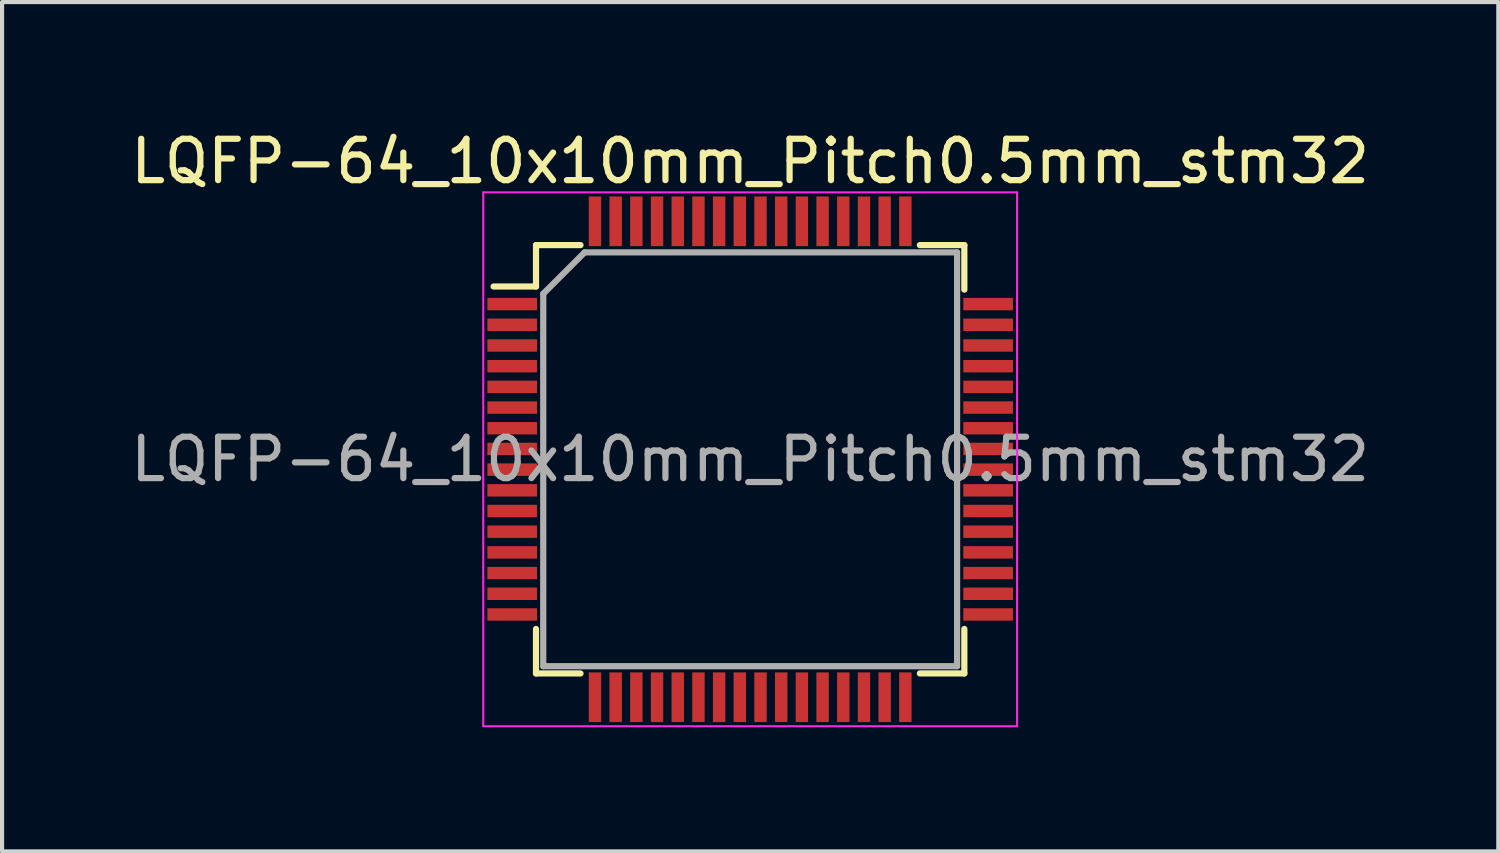
<source format=kicad_pcb>
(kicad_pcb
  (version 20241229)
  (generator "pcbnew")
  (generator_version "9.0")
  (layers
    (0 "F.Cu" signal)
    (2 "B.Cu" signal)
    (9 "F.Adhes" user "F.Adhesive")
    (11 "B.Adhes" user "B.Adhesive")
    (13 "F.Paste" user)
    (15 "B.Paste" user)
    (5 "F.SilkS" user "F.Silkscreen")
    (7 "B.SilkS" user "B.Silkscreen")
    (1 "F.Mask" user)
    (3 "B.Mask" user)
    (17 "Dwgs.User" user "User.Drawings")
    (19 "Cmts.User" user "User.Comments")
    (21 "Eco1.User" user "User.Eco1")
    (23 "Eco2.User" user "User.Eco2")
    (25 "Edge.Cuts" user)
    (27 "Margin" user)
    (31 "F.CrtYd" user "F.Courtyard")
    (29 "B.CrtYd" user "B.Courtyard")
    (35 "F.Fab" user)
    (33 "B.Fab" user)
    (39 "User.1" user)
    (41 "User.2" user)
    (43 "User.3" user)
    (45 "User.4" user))
  (footprint "LQFP-64_10x10mm_Pitch0.5mm_stm32"
    (layer "F.Cu")
    (at 15.077 8.048)
    (property "Reference" "LQFP-64_10x10mm_Pitch0.5mm_stm32" (at 0 -7.2 0) (layer "F.SilkS") (effects (font (size 1 1) (thickness 0.15))))
    (attr smd)
    (fp_line (start -5.175 -5.175) (end -5.175 -4.175) (stroke (width 0.15) (type solid)) (layer "F.SilkS"))
    (fp_line (start -5.175 -5.175) (end -4.1 -5.175) (stroke (width 0.15) (type solid)) (layer "F.SilkS"))
    (fp_line (start -5.175 -4.175) (end -6.2 -4.175) (stroke (width 0.15) (type solid)) (layer "F.SilkS"))
    (fp_line (start -5.175 5.175) (end -5.175 4.1) (stroke (width 0.15) (type solid)) (layer "F.SilkS"))
    (fp_line (start -5.175 5.175) (end -4.1 5.175) (stroke (width 0.15) (type solid)) (layer "F.SilkS"))
    (fp_line (start 5.175 -5.175) (end 4.1 -5.175) (stroke (width 0.15) (type solid)) (layer "F.SilkS"))
    (fp_line (start 5.175 -5.175) (end 5.175 -4.1) (stroke (width 0.15) (type solid)) (layer "F.SilkS"))
    (fp_line (start 5.175 5.175) (end 4.1 5.175) (stroke (width 0.15) (type solid)) (layer "F.SilkS"))
    (fp_line (start 5.175 5.175) (end 5.175 4.1) (stroke (width 0.15) (type solid)) (layer "F.SilkS"))
    (fp_line (start -6.45 -6.45) (end -6.45 6.45) (stroke (width 0.05) (type solid)) (layer "F.CrtYd"))
    (fp_line (start -6.45 -6.45) (end 6.45 -6.45) (stroke (width 0.05) (type solid)) (layer "F.CrtYd"))
    (fp_line (start -6.45 6.45) (end 6.45 6.45) (stroke (width 0.05) (type solid)) (layer "F.CrtYd"))
    (fp_line (start 6.45 -6.45) (end 6.45 6.45) (stroke (width 0.05) (type solid)) (layer "F.CrtYd"))
    (fp_line (start -5 -4) (end -4 -5) (stroke (width 0.15) (type solid)) (layer "F.Fab"))
    (fp_line (start -5 5) (end -5 -4) (stroke (width 0.15) (type solid)) (layer "F.Fab"))
    (fp_line (start -4 -5) (end 5 -5) (stroke (width 0.15) (type solid)) (layer "F.Fab"))
    (fp_line (start 5 -5) (end 5 5) (stroke (width 0.15) (type solid)) (layer "F.Fab"))
    (fp_line (start 5 5) (end -5 5) (stroke (width 0.15) (type solid)) (layer "F.Fab"))
    (fp_text user "${REFERENCE}" (at 0 0 0) (layer "F.Fab") (effects (font (size 1 1) (thickness 0.15))))
    (pad "1" smd rect (at -5.75 -3.75) (size 1.2 0.3) (layers "F.Cu" "F.Mask" "F.Paste"))
    (pad "2" smd rect (at -5.75 -3.25) (size 1.2 0.3) (layers "F.Cu" "F.Mask" "F.Paste"))
    (pad "3" smd rect (at -5.75 -2.75) (size 1.2 0.3) (layers "F.Cu" "F.Mask" "F.Paste"))
    (pad "4" smd rect (at -5.75 -2.25) (size 1.2 0.3) (layers "F.Cu" "F.Mask" "F.Paste"))
    (pad "5" smd rect (at -5.75 -1.75) (size 1.2 0.3) (layers "F.Cu" "F.Mask" "F.Paste"))
    (pad "6" smd rect (at -5.75 -1.25) (size 1.2 0.3) (layers "F.Cu" "F.Mask" "F.Paste"))
    (pad "7" smd rect (at -5.75 -0.75) (size 1.2 0.3) (layers "F.Cu" "F.Mask" "F.Paste"))
    (pad "8" smd rect (at -5.75 -0.25) (size 1.2 0.3) (layers "F.Cu" "F.Mask" "F.Paste"))
    (pad "9" smd rect (at -5.75 0.25) (size 1.2 0.3) (layers "F.Cu" "F.Mask" "F.Paste"))
    (pad "10" smd rect (at -5.75 0.75) (size 1.2 0.3) (layers "F.Cu" "F.Mask" "F.Paste"))
    (pad "11" smd rect (at -5.75 1.25) (size 1.2 0.3) (layers "F.Cu" "F.Mask" "F.Paste"))
    (pad "12" smd rect (at -5.75 1.75) (size 1.2 0.3) (layers "F.Cu" "F.Mask" "F.Paste"))
    (pad "13" smd rect (at -5.75 2.25) (size 1.2 0.3) (layers "F.Cu" "F.Mask" "F.Paste"))
    (pad "14" smd rect (at -5.75 2.75) (size 1.2 0.3) (layers "F.Cu" "F.Mask" "F.Paste"))
    (pad "15" smd rect (at -5.75 3.25) (size 1.2 0.3) (layers "F.Cu" "F.Mask" "F.Paste"))
    (pad "16" smd rect (at -5.75 3.75) (size 1.2 0.3) (layers "F.Cu" "F.Mask" "F.Paste"))
    (pad "17" smd rect (at -3.75 5.75 90) (size 1.2 0.3) (layers "F.Cu" "F.Mask" "F.Paste"))
    (pad "18" smd rect (at -3.25 5.75 90) (size 1.2 0.3) (layers "F.Cu" "F.Mask" "F.Paste"))
    (pad "19" smd rect (at -2.75 5.75 90) (size 1.2 0.3) (layers "F.Cu" "F.Mask" "F.Paste"))
    (pad "20" smd rect (at -2.25 5.75 90) (size 1.2 0.3) (layers "F.Cu" "F.Mask" "F.Paste"))
    (pad "21" smd rect (at -1.75 5.75 90) (size 1.2 0.3) (layers "F.Cu" "F.Mask" "F.Paste"))
    (pad "22" smd rect (at -1.25 5.75 90) (size 1.2 0.3) (layers "F.Cu" "F.Mask" "F.Paste"))
    (pad "23" smd rect (at -0.75 5.75 90) (size 1.2 0.3) (layers "F.Cu" "F.Mask" "F.Paste"))
    (pad "24" smd rect (at -0.25 5.75 90) (size 1.2 0.3) (layers "F.Cu" "F.Mask" "F.Paste"))
    (pad "25" smd rect (at 0.25 5.75 90) (size 1.2 0.3) (layers "F.Cu" "F.Mask" "F.Paste"))
    (pad "26" smd rect (at 0.75 5.75 90) (size 1.2 0.3) (layers "F.Cu" "F.Mask" "F.Paste"))
    (pad "27" smd rect (at 1.25 5.75 90) (size 1.2 0.3) (layers "F.Cu" "F.Mask" "F.Paste"))
    (pad "28" smd rect (at 1.75 5.75 90) (size 1.2 0.3) (layers "F.Cu" "F.Mask" "F.Paste"))
    (pad "29" smd rect (at 2.25 5.75 90) (size 1.2 0.3) (layers "F.Cu" "F.Mask" "F.Paste"))
    (pad "30" smd rect (at 2.75 5.75 90) (size 1.2 0.3) (layers "F.Cu" "F.Mask" "F.Paste"))
    (pad "31" smd rect (at 3.25 5.75 90) (size 1.2 0.3) (layers "F.Cu" "F.Mask" "F.Paste"))
    (pad "32" smd rect (at 3.75 5.75 90) (size 1.2 0.3) (layers "F.Cu" "F.Mask" "F.Paste"))
    (pad "33" smd rect (at 5.75 3.75) (size 1.2 0.3) (layers "F.Cu" "F.Mask" "F.Paste"))
    (pad "34" smd rect (at 5.75 3.25) (size 1.2 0.3) (layers "F.Cu" "F.Mask" "F.Paste"))
    (pad "35" smd rect (at 5.75 2.75) (size 1.2 0.3) (layers "F.Cu" "F.Mask" "F.Paste"))
    (pad "36" smd rect (at 5.75 2.25) (size 1.2 0.3) (layers "F.Cu" "F.Mask" "F.Paste"))
    (pad "37" smd rect (at 5.75 1.75) (size 1.2 0.3) (layers "F.Cu" "F.Mask" "F.Paste"))
    (pad "38" smd rect (at 5.75 1.25) (size 1.2 0.3) (layers "F.Cu" "F.Mask" "F.Paste"))
    (pad "39" smd rect (at 5.75 0.75) (size 1.2 0.3) (layers "F.Cu" "F.Mask" "F.Paste"))
    (pad "40" smd rect (at 5.75 0.25) (size 1.2 0.3) (layers "F.Cu" "F.Mask" "F.Paste"))
    (pad "41" smd rect (at 5.75 -0.25) (size 1.2 0.3) (layers "F.Cu" "F.Mask" "F.Paste"))
    (pad "42" smd rect (at 5.75 -0.75) (size 1.2 0.3) (layers "F.Cu" "F.Mask" "F.Paste"))
    (pad "43" smd rect (at 5.75 -1.25) (size 1.2 0.3) (layers "F.Cu" "F.Mask" "F.Paste"))
    (pad "44" smd rect (at 5.75 -1.75) (size 1.2 0.3) (layers "F.Cu" "F.Mask" "F.Paste"))
    (pad "45" smd rect (at 5.75 -2.25) (size 1.2 0.3) (layers "F.Cu" "F.Mask" "F.Paste"))
    (pad "46" smd rect (at 5.75 -2.75) (size 1.2 0.3) (layers "F.Cu" "F.Mask" "F.Paste"))
    (pad "47" smd rect (at 5.75 -3.25) (size 1.2 0.3) (layers "F.Cu" "F.Mask" "F.Paste"))
    (pad "48" smd rect (at 5.75 -3.75) (size 1.2 0.3) (layers "F.Cu" "F.Mask" "F.Paste"))
    (pad "49" smd rect (at 3.75 -5.75 90) (size 1.2 0.3) (layers "F.Cu" "F.Mask" "F.Paste"))
    (pad "50" smd rect (at 3.25 -5.75 90) (size 1.2 0.3) (layers "F.Cu" "F.Mask" "F.Paste"))
    (pad "51" smd rect (at 2.75 -5.75 90) (size 1.2 0.3) (layers "F.Cu" "F.Mask" "F.Paste"))
    (pad "52" smd rect (at 2.25 -5.75 90) (size 1.2 0.3) (layers "F.Cu" "F.Mask" "F.Paste"))
    (pad "53" smd rect (at 1.75 -5.75 90) (size 1.2 0.3) (layers "F.Cu" "F.Mask" "F.Paste"))
    (pad "54" smd rect (at 1.25 -5.75 90) (size 1.2 0.3) (layers "F.Cu" "F.Mask" "F.Paste"))
    (pad "55" smd rect (at 0.75 -5.75 90) (size 1.2 0.3) (layers "F.Cu" "F.Mask" "F.Paste"))
    (pad "56" smd rect (at 0.25 -5.75 90) (size 1.2 0.3) (layers "F.Cu" "F.Mask" "F.Paste"))
    (pad "57" smd rect (at -0.25 -5.75 90) (size 1.2 0.3) (layers "F.Cu" "F.Mask" "F.Paste"))
    (pad "58" smd rect (at -0.75 -5.75 90) (size 1.2 0.3) (layers "F.Cu" "F.Mask" "F.Paste"))
    (pad "59" smd rect (at -1.25 -5.75 90) (size 1.2 0.3) (layers "F.Cu" "F.Mask" "F.Paste"))
    (pad "60" smd rect (at -1.75 -5.75 90) (size 1.2 0.3) (layers "F.Cu" "F.Mask" "F.Paste"))
    (pad "61" smd rect (at -2.25 -5.75 90) (size 1.2 0.3) (layers "F.Cu" "F.Mask" "F.Paste"))
    (pad "62" smd rect (at -2.75 -5.75 90) (size 1.2 0.3) (layers "F.Cu" "F.Mask" "F.Paste"))
    (pad "63" smd rect (at -3.25 -5.75 90) (size 1.2 0.3) (layers "F.Cu" "F.Mask" "F.Paste"))
    (pad "64" smd rect (at -3.75 -5.75 90) (size 1.2 0.3) (layers "F.Cu" "F.Mask" "F.Paste")))
  (gr_rect
    (start -3 -3)
    (end 33.155 17.523)
    (stroke (width 0.1) (type default))
    (fill no)
    (layer "Edge.Cuts")))
</source>
